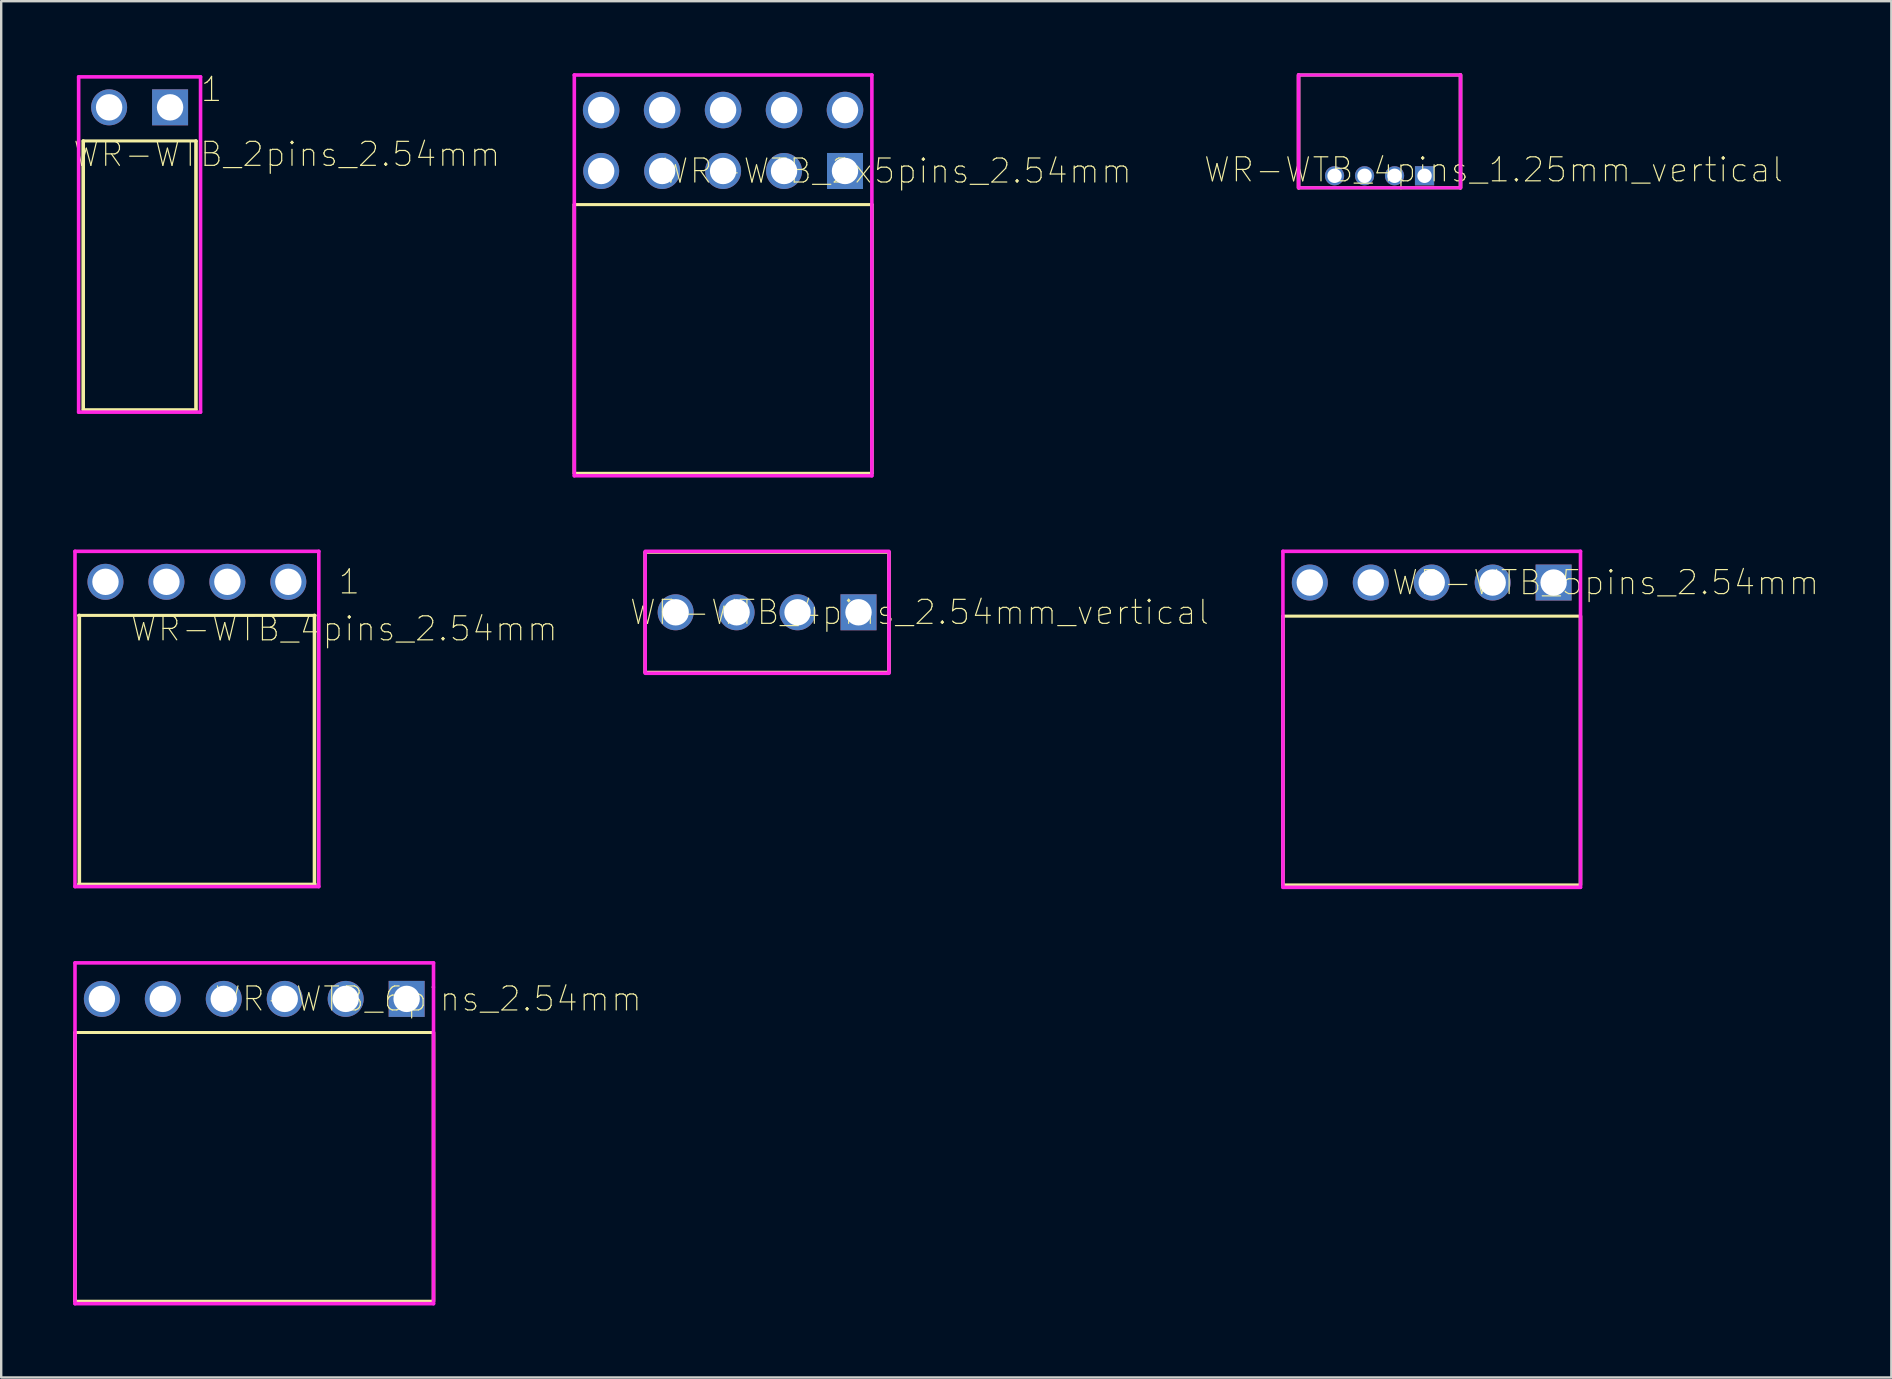
<source format=kicad_pcb>
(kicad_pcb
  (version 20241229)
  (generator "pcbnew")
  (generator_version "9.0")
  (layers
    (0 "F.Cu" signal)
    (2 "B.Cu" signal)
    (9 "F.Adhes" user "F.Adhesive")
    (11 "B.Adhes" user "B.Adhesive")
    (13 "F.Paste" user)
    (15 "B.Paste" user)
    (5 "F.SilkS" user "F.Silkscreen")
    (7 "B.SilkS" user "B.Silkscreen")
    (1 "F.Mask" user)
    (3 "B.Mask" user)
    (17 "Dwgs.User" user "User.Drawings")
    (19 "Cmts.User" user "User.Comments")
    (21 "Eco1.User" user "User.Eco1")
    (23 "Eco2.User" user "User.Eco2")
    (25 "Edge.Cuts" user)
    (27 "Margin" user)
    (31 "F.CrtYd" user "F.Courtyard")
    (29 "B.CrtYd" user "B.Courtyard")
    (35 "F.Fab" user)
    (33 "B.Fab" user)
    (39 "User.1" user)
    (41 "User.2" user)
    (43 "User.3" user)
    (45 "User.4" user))
  (footprint "WR-WTB_4pins_2.54mm_vertical"
    (layer "F.Cu")
    (at 28.915 22.465)
    (property "Reference" "WR-WTB_4pins_2.54mm_vertical" (at 6.35 0 0) (layer "F.SilkS") (effects (font (size 1 1) (thickness 0.05))))
    (attr through_hole)
    (fp_line (start -5.08 -2.5) (end -5.08 2.5) (stroke (width 0.15) (type solid)) (layer "F.SilkS"))
    (fp_line (start 5.08 -2.5) (end -5.08 -2.5) (stroke (width 0.127) (type solid)) (layer "F.SilkS"))
    (fp_line (start 5.08 -2.5) (end 5.08 2.5) (stroke (width 0.15) (type solid)) (layer "F.SilkS"))
    (fp_line (start 5.08 2.5) (end -5.08 2.5) (stroke (width 0.127) (type solid)) (layer "F.SilkS"))
    (fp_line (start -5.08 -2.54) (end 5.08 -2.54) (stroke (width 0.15) (type solid)) (layer "F.CrtYd"))
    (fp_line (start -5.08 2.5) (end -5.08 -2.5) (stroke (width 0.15) (type solid)) (layer "F.CrtYd"))
    (fp_line (start 5.08 -2.5) (end 5.08 2.5) (stroke (width 0.15) (type solid)) (layer "F.CrtYd"))
    (fp_line (start 5.08 2.54) (end -5.08 2.54) (stroke (width 0.15) (type solid)) (layer "F.CrtYd"))
    (pad "1" thru_hole rect (at 3.81 0) (size 1.5 1.5) (drill 1.1) (layers "*.Cu" "*.Mask"))
    (pad "2" thru_hole circle (at 1.27 0) (size 1.5 1.5) (drill 1.1) (layers "*.Cu" "*.Mask"))
    (pad "3" thru_hole circle (at -1.27 0) (size 1.5 1.5) (drill 1.1) (layers "*.Cu" "*.Mask"))
    (pad "4" thru_hole circle (at -3.81 0) (size 1.5 1.5) (drill 1.1) (layers "*.Cu" "*.Mask")))
  (footprint "WR-WTB_4pins_1.25mm_vertical"
    (layer "F.Cu")
    (at 54.437 4.275)
    (property "Reference" "WR-WTB_4pins_1.25mm_vertical" (at 4.75 -0.25 0) (layer "F.SilkS") (effects (font (size 1 1) (thickness 0.05))))
    (attr through_hole)
    (fp_line (start -3.375 -4.2) (end -3.375 0.5) (stroke (width 0.15) (type solid)) (layer "F.SilkS"))
    (fp_line (start -3.375 0.5) (end 3.375 0.5) (stroke (width 0.127) (type solid)) (layer "F.SilkS"))
    (fp_line (start 3.375 -4.2) (end -3.375 -4.2) (stroke (width 0.127) (type solid)) (layer "F.SilkS"))
    (fp_line (start 3.375 -4.2) (end 3.375 0.5) (stroke (width 0.15) (type solid)) (layer "F.SilkS"))
    (fp_line (start -3.375 -4.2) (end -3.375 0.5) (stroke (width 0.15) (type solid)) (layer "F.CrtYd"))
    (fp_line (start -3.375 0.5) (end 3.375 0.5) (stroke (width 0.127) (type solid)) (layer "F.CrtYd"))
    (fp_line (start 3.375 -4.2) (end -3.375 -4.2) (stroke (width 0.127) (type solid)) (layer "F.CrtYd"))
    (fp_line (start 3.375 -4.2) (end 3.375 0.5) (stroke (width 0.15) (type solid)) (layer "F.CrtYd"))
    (pad "1" thru_hole rect (at 1.875 0) (size 0.8 0.8) (drill 0.6) (layers "*.Cu" "*.Mask"))
    (pad "2" thru_hole circle (at 0.625 0) (size 0.8 0.8) (drill 0.6) (layers "*.Cu" "*.Mask"))
    (pad "3" thru_hole circle (at -0.625 0) (size 0.8 0.8) (drill 0.6) (layers "*.Cu" "*.Mask"))
    (pad "4" thru_hole circle (at -1.875 0) (size 0.8 0.8) (drill 0.6) (layers "*.Cu" "*.Mask")))
  (footprint "WR-WTB_6pins_2.54mm"
    (layer "F.Cu")
    (at 7.545 38.575)
    (property "Reference" "WR-WTB_6pins_2.54mm" (at 7.25 0 0) (layer "F.SilkS") (effects (font (size 1 1) (thickness 0.05))))
    (attr through_hole)
    (fp_line (start -7.47 1.4) (end -7.47 12.6) (stroke (width 0.15) (type solid)) (layer "F.SilkS"))
    (fp_line (start -7.47 1.4) (end 7.47 1.4) (stroke (width 0.127) (type solid)) (layer "F.SilkS"))
    (fp_line (start 7.47 1.4) (end 7.47 12.6) (stroke (width 0.15) (type solid)) (layer "F.SilkS"))
    (fp_line (start 7.47 12.6) (end -7.47 12.6) (stroke (width 0.127) (type solid)) (layer "F.SilkS"))
    (fp_line (start -7.47 12.7) (end -7.47 -1.5) (stroke (width 0.15) (type solid)) (layer "F.CrtYd"))
    (fp_line (start 7.47 -1.5) (end -7.47 -1.5) (stroke (width 0.15) (type solid)) (layer "F.CrtYd"))
    (fp_line (start 7.47 -1.5) (end 7.47 12.7) (stroke (width 0.15) (type solid)) (layer "F.CrtYd"))
    (fp_line (start 7.47 12.7) (end -7.47 12.7) (stroke (width 0.15) (type solid)) (layer "F.CrtYd"))
    (pad "1" thru_hole rect (at 6.35 0) (size 1.5 1.5) (drill 1.1) (layers "*.Cu" "*.Mask"))
    (pad "2" thru_hole circle (at 3.81 0) (size 1.5 1.5) (drill 1.1) (layers "*.Cu" "*.Mask"))
    (pad "3" thru_hole circle (at 1.27 0) (size 1.5 1.5) (drill 1.1) (layers "*.Cu" "*.Mask"))
    (pad "4" thru_hole circle (at -1.27 0) (size 1.5 1.5) (drill 1.1) (layers "*.Cu" "*.Mask"))
    (pad "5" thru_hole circle (at -3.81 0) (size 1.5 1.5) (drill 1.1) (layers "*.Cu" "*.Mask"))
    (pad "6" thru_hole circle (at -6.35 0) (size 1.5 1.5) (drill 1.1) (layers "*.Cu" "*.Mask")))
  (footprint "WR-WTB_5pins_2.54mm"
    (layer "F.Cu")
    (at 56.611 21.225)
    (property "Reference" "WR-WTB_5pins_2.54mm" (at 7.25 0 0) (layer "F.SilkS") (effects (font (size 1 1) (thickness 0.05))))
    (attr through_hole)
    (fp_line (start -6.2 1.4) (end -6.2 12.6) (stroke (width 0.15) (type solid)) (layer "F.SilkS"))
    (fp_line (start 6.2 1.4) (end -6.2 1.4) (stroke (width 0.127) (type solid)) (layer "F.SilkS"))
    (fp_line (start 6.2 1.4) (end 6.2 12.6) (stroke (width 0.15) (type solid)) (layer "F.SilkS"))
    (fp_line (start 6.2 12.6) (end -6.2 12.6) (stroke (width 0.127) (type solid)) (layer "F.SilkS"))
    (fp_line (start -6.2 12.7) (end -6.2 -1.3) (stroke (width 0.15) (type solid)) (layer "F.CrtYd"))
    (fp_line (start 6.2 -1.3) (end -6.2 -1.3) (stroke (width 0.15) (type solid)) (layer "F.CrtYd"))
    (fp_line (start 6.2 -1.3) (end 6.2 12.7) (stroke (width 0.15) (type solid)) (layer "F.CrtYd"))
    (fp_line (start 6.2 12.7) (end -6.2 12.7) (stroke (width 0.15) (type solid)) (layer "F.CrtYd"))
    (pad "1" thru_hole rect (at 5.08 0) (size 1.5 1.5) (drill 1.1) (layers "*.Cu" "*.Mask"))
    (pad "2" thru_hole circle (at 2.54 0) (size 1.5 1.5) (drill 1.1) (layers "*.Cu" "*.Mask"))
    (pad "3" thru_hole circle (at 0 0) (size 1.5 1.5) (drill 1.1) (layers "*.Cu" "*.Mask"))
    (pad "4" thru_hole circle (at -2.54 0) (size 1.5 1.5) (drill 1.1) (layers "*.Cu" "*.Mask"))
    (pad "5" thru_hole circle (at -5.08 0) (size 1.5 1.5) (drill 1.1) (layers "*.Cu" "*.Mask")))
  (footprint "WR-WTB_2pins_2.54mm"
    (layer "F.Cu")
    (at 2.767 1.423)
    (property "Reference" "WR-WTB_2pins_2.54mm" (at 6.136 1.956 0) (layer "F.SilkS") (effects (font (size 1 1) (thickness 0.05))))
    (attr through_hole)
    (fp_line (start -2.35 1.4) (end -2.35 12.6) (stroke (width 0.15) (type solid)) (layer "F.SilkS"))
    (fp_line (start 2.35 1.4) (end -2.35 1.4) (stroke (width 0.127) (type solid)) (layer "F.SilkS"))
    (fp_line (start 2.35 1.4) (end 2.35 12.6) (stroke (width 0.15) (type solid)) (layer "F.SilkS"))
    (fp_line (start 2.35 12.6) (end -2.35 12.6) (stroke (width 0.127) (type solid)) (layer "F.SilkS"))
    (fp_line (start -2.54 -1.27) (end 2.54 -1.27) (stroke (width 0.15) (type solid)) (layer "F.CrtYd"))
    (fp_line (start -2.54 12.7) (end -2.54 -1.27) (stroke (width 0.15) (type solid)) (layer "F.CrtYd"))
    (fp_line (start 2.54 -1.27) (end 2.54 12.7) (stroke (width 0.15) (type solid)) (layer "F.CrtYd"))
    (fp_line (start 2.54 12.7) (end -2.54 12.7) (stroke (width 0.15) (type solid)) (layer "F.CrtYd"))
    (fp_text user "1" (at 3 -0.75 0) (layer "F.SilkS") (effects (font (size 1 1) (thickness 0.05))))
    (pad "1" thru_hole rect (at 1.27 0) (size 1.5 1.5) (drill 1.1) (layers "*.Cu" "*.Mask"))
    (pad "2" thru_hole circle (at -1.27 0) (size 1.5 1.5) (drill 1.1) (layers "*.Cu" "*.Mask")))
  (footprint "WR-WTB_2x5pins_2.54mm"
    (layer "F.Cu")
    (at 27.082 4.075)
    (property "Reference" "WR-WTB_2x5pins_2.54mm" (at 7.25 0 0) (layer "F.SilkS") (effects (font (size 1 1) (thickness 0.05))))
    (attr through_hole)
    (fp_line (start -6.2 1.4) (end -6.2 12.6) (stroke (width 0.15) (type solid)) (layer "F.SilkS"))
    (fp_line (start 6.2 1.4) (end -6.2 1.4) (stroke (width 0.127) (type solid)) (layer "F.SilkS"))
    (fp_line (start 6.2 1.4) (end 6.2 12.6) (stroke (width 0.15) (type solid)) (layer "F.SilkS"))
    (fp_line (start 6.2 12.6) (end -6.2 12.6) (stroke (width 0.127) (type solid)) (layer "F.SilkS"))
    (fp_line (start -6.2 12.7) (end -6.2 -4) (stroke (width 0.15) (type solid)) (layer "F.CrtYd"))
    (fp_line (start 6.2 -4) (end -6.2 -4) (stroke (width 0.15) (type solid)) (layer "F.CrtYd"))
    (fp_line (start 6.2 -4) (end 6.2 12.7) (stroke (width 0.15) (type solid)) (layer "F.CrtYd"))
    (fp_line (start 6.2 12.7) (end -6.2 12.7) (stroke (width 0.15) (type solid)) (layer "F.CrtYd"))
    (pad "1" thru_hole rect (at 5.08 0) (size 1.5 1.5) (drill 1.1) (layers "*.Cu" "*.Mask"))
    (pad "2" thru_hole circle (at 2.54 0) (size 1.5 1.5) (drill 1.1) (layers "*.Cu" "*.Mask"))
    (pad "3" thru_hole circle (at 0 0) (size 1.5 1.5) (drill 1.1) (layers "*.Cu" "*.Mask"))
    (pad "4" thru_hole circle (at -2.54 0) (size 1.5 1.5) (drill 1.1) (layers "*.Cu" "*.Mask"))
    (pad "5" thru_hole circle (at -5.08 0) (size 1.5 1.5) (drill 1.1) (layers "*.Cu" "*.Mask"))
    (pad "6" thru_hole circle (at -5.08 -2.54) (size 1.524 1.524) (drill 1.1) (layers "*.Cu" "*.Mask"))
    (pad "7" thru_hole circle (at -2.54 -2.54) (size 1.524 1.524) (drill 1.1) (layers "*.Cu" "*.Mask"))
    (pad "8" thru_hole circle (at 0 -2.54) (size 1.524 1.524) (drill 1.1) (layers "*.Cu" "*.Mask"))
    (pad "9" thru_hole circle (at 2.54 -2.54) (size 1.524 1.524) (drill 1.1) (layers "*.Cu" "*.Mask"))
    (pad "10" thru_hole circle (at 5.08 -2.54) (size 1.524 1.524) (drill 1.1) (layers "*.Cu" "*.Mask")))
  (footprint "WR-WTB_4pins_2.54mm"
    (layer "F.Cu")
    (at 5.155 21.195)
    (property "Reference" "WR-WTB_4pins_2.54mm" (at 6.136 1.956 0) (layer "F.SilkS") (effects (font (size 1 1) (thickness 0.05))))
    (attr through_hole)
    (fp_line (start -4.9 1.4) (end -4.9 12.6) (stroke (width 0.15) (type solid)) (layer "F.SilkS"))
    (fp_line (start 4.9 1.4) (end 4.9 12.6) (stroke (width 0.15) (type solid)) (layer "F.SilkS"))
    (fp_line (start 4.93 1.4) (end -4.93 1.4) (stroke (width 0.127) (type solid)) (layer "F.SilkS"))
    (fp_line (start 4.93 12.6) (end -4.93 12.6) (stroke (width 0.127) (type solid)) (layer "F.SilkS"))
    (fp_line (start -5.08 -1.27) (end 5.08 -1.27) (stroke (width 0.15) (type solid)) (layer "F.CrtYd"))
    (fp_line (start -5.08 12.7) (end -5.08 -1.27) (stroke (width 0.15) (type solid)) (layer "F.CrtYd"))
    (fp_line (start 5.08 -1.27) (end 5.08 12.7) (stroke (width 0.15) (type solid)) (layer "F.CrtYd"))
    (fp_line (start 5.08 12.7) (end -5.08 12.7) (stroke (width 0.15) (type solid)) (layer "F.CrtYd"))
    (fp_text user "1" (at 6.35 0 0) (layer "F.SilkS") (effects (font (size 1 1) (thickness 0.05))))
    (pad "1" thru_hole circle (at 3.81 0) (size 1.5 1.5) (drill 1.1) (layers "*.Cu" "*.Mask"))
    (pad "2" thru_hole circle (at 1.27 0) (size 1.5 1.5) (drill 1.1) (layers "*.Cu" "*.Mask"))
    (pad "3" thru_hole circle (at -1.27 0) (size 1.5 1.5) (drill 1.1) (layers "*.Cu" "*.Mask"))
    (pad "4" thru_hole circle (at -3.81 0) (size 1.5 1.5) (drill 1.1) (layers "*.Cu" "*.Mask")))
  (gr_rect
    (start -3 -3)
    (end 75.764 54.35)
    (stroke (width 0.1) (type default))
    (fill no)
    (layer "Edge.Cuts")))
</source>
